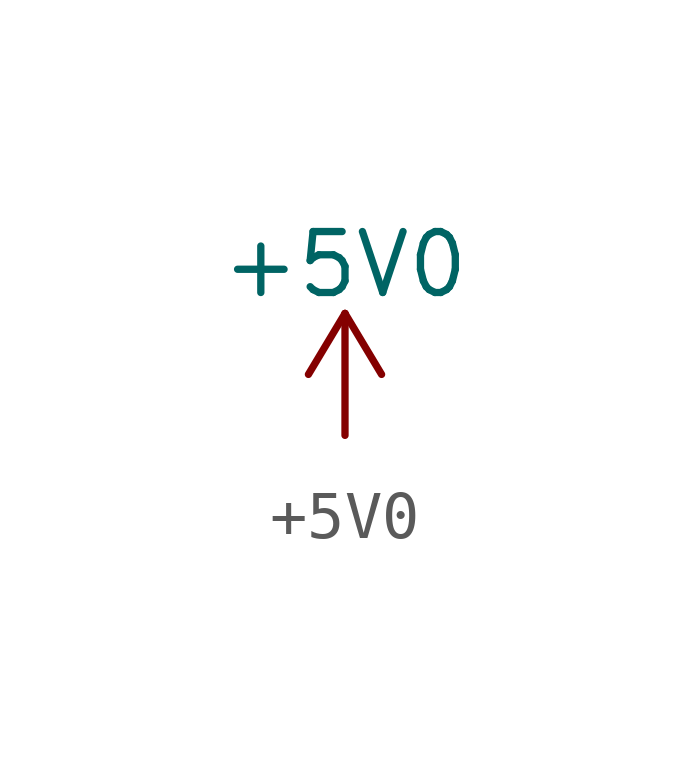
<source format=kicad_sym>
(kicad_symbol_lib
  (version 20211014)
  (generator kicad_symbol_editor)
  (symbol "+5V0"
    (power)
    (pin_names
      (offset 0))
    (property "Reference" "#PWR"
      (at 0 -3.81 0)
      (effects (font (size 1.27 1.27)) hide))
    (property "Value" "+5V0"
      (at 0 3.556 0)
      (effects (font (size 1.27 1.27))))
    (symbol "+5V0_0_1"
      (polyline (pts (xy -0.762 1.27) (xy 0 2.54)) (stroke (width 0) (type default) (color 0 0 0 0)) (fill (type none)))
      (polyline (pts (xy 0 0) (xy 0 2.54)) (stroke (width 0) (type default) (color 0 0 0 0)) (fill (type none)))
      (polyline (pts (xy 0 2.54) (xy 0.762 1.27)) (stroke (width 0) (type default) (color 0 0 0 0)) (fill (type none))))
    (symbol "+5V0_1_1"
      (pin power_in line (at 0 0 90) (length 0) hide (name "+5V" (effects (font (size 1.27 1.27)))) (number "1" (effects (font (size 1.27 1.27))))))))
</source>
